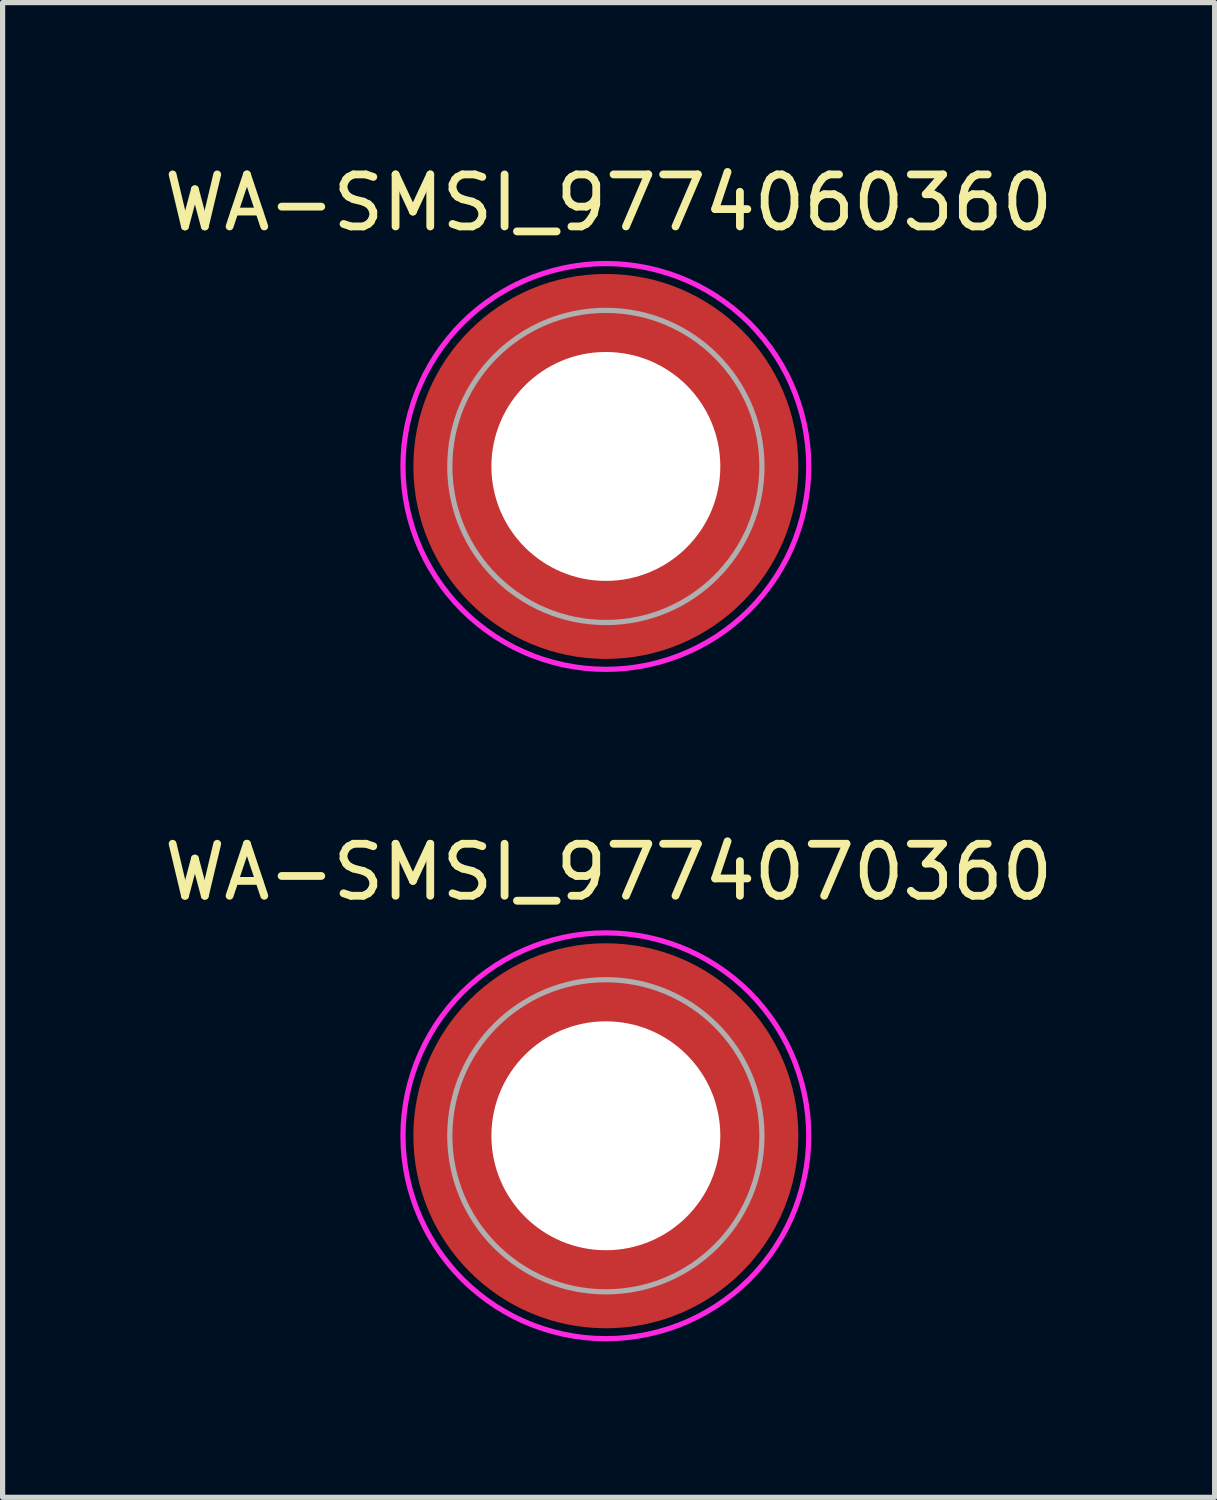
<source format=kicad_pcb>
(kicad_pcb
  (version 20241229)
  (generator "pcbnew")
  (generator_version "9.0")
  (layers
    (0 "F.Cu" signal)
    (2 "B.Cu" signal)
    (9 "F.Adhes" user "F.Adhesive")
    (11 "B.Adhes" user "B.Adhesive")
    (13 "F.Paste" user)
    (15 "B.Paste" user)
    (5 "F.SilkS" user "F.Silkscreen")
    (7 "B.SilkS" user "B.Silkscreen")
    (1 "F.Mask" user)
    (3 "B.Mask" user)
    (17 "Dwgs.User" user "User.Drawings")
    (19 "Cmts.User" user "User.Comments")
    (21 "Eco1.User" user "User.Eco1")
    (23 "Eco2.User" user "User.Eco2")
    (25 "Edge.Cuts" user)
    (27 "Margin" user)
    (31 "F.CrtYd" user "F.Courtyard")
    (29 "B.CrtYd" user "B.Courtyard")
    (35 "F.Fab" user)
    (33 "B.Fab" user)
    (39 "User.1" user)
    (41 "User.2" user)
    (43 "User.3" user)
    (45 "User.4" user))
  (footprint "WA-SMSI_9774070360"
    (layer "F.Cu")
    (at 8.596 18.782)
    (property "Reference" "WA-SMSI_9774070360" (at 0.053 -5.068 0) (layer "F.SilkS") (effects (font (size 1 1) (thickness 0.15))))
    (attr smd)
    (fp_poly (pts (xy -3.615 0.4) (xy -2.205 0.4) (xy -2.19 0.475) (xy -2.165 0.58) (xy -2.13 0.7) (xy -2.1 0.78) (xy -2.07 0.86) (xy -2.025 0.96) (xy -1.975 1.06) (xy -1.92 1.155) (xy -1.86 1.25) (xy -1.815 1.315) (xy -1.75 1.4) (xy -1.695 1.465) (xy -1.605 1.565) (xy -1.52 1.645) (xy -1.465 1.695) (xy -1.405 1.745) (xy -1.32 1.81) (xy -1.235 1.87) (xy -1.13 1.935) (xy -1.05 1.98) (xy -0.95 2.03) (xy -0.81 2.09) (xy -0.695 2.13) (xy -0.58 2.165) (xy -0.475 2.19) (xy -0.4 2.205) (xy -0.4 3.615) (xy -0.43 3.61) (xy -0.505 3.6) (xy -0.605 3.585) (xy -0.715 3.565) (xy -0.83 3.54) (xy -0.93 3.515) (xy -1.04 3.485) (xy -1.135 3.455) (xy -1.205 3.43) (xy -1.3 3.395) (xy -1.365 3.37) (xy -1.46 3.33) (xy -1.55 3.29) (xy -1.65 3.24) (xy -1.77 3.175) (xy -1.885 3.11) (xy -1.985 3.045) (xy -2.075 2.985) (xy -2.165 2.92) (xy -2.23 2.87) (xy -2.295 2.82) (xy -2.365 2.76) (xy -2.44 2.695) (xy -2.515 2.625) (xy -2.6 2.54) (xy -2.645 2.495) (xy -2.69 2.445) (xy -2.76 2.365) (xy -2.82 2.295) (xy -2.875 2.225) (xy -2.935 2.145) (xy -2.995 2.06) (xy -3.085 1.925) (xy -3.18 1.765) (xy -3.27 1.59) (xy -3.34 1.44) (xy -3.4 1.29) (xy -3.455 1.135) (xy -3.505 0.97) (xy -3.55 0.795) (xy -3.575 0.665) (xy -3.6 0.52)) (stroke (width 0.01) (type solid)) (fill yes) (layer "F.Paste"))
    (fp_poly (pts (xy -0.4 -3.615) (xy -0.4 -2.205) (xy -0.475 -2.19) (xy -0.58 -2.165) (xy -0.7 -2.13) (xy -0.78 -2.1) (xy -0.86 -2.07) (xy -0.96 -2.025) (xy -1.06 -1.975) (xy -1.155 -1.92) (xy -1.25 -1.86) (xy -1.315 -1.815) (xy -1.4 -1.75) (xy -1.465 -1.695) (xy -1.565 -1.605) (xy -1.645 -1.52) (xy -1.695 -1.465) (xy -1.745 -1.405) (xy -1.81 -1.32) (xy -1.87 -1.235) (xy -1.935 -1.13) (xy -1.98 -1.05) (xy -2.03 -0.95) (xy -2.09 -0.81) (xy -2.13 -0.695) (xy -2.165 -0.58) (xy -2.19 -0.475) (xy -2.205 -0.4) (xy -3.615 -0.4) (xy -3.61 -0.43) (xy -3.6 -0.505) (xy -3.585 -0.605) (xy -3.565 -0.715) (xy -3.54 -0.83) (xy -3.515 -0.93) (xy -3.485 -1.04) (xy -3.455 -1.135) (xy -3.43 -1.205) (xy -3.395 -1.3) (xy -3.37 -1.365) (xy -3.33 -1.46) (xy -3.29 -1.55) (xy -3.24 -1.65) (xy -3.175 -1.77) (xy -3.11 -1.885) (xy -3.045 -1.985) (xy -2.985 -2.075) (xy -2.92 -2.165) (xy -2.87 -2.23) (xy -2.82 -2.295) (xy -2.76 -2.365) (xy -2.695 -2.44) (xy -2.625 -2.515) (xy -2.54 -2.6) (xy -2.495 -2.645) (xy -2.445 -2.69) (xy -2.365 -2.76) (xy -2.295 -2.82) (xy -2.225 -2.875) (xy -2.145 -2.935) (xy -2.06 -2.995) (xy -1.925 -3.085) (xy -1.765 -3.18) (xy -1.59 -3.27) (xy -1.44 -3.34) (xy -1.29 -3.4) (xy -1.135 -3.455) (xy -0.97 -3.505) (xy -0.795 -3.55) (xy -0.665 -3.575) (xy -0.52 -3.6)) (stroke (width 0.01) (type solid)) (fill yes) (layer "F.Paste"))
    (fp_poly (pts (xy 0.4 3.615) (xy 0.4 2.205) (xy 0.475 2.19) (xy 0.58 2.165) (xy 0.7 2.13) (xy 0.78 2.1) (xy 0.86 2.07) (xy 0.96 2.025) (xy 1.06 1.975) (xy 1.155 1.92) (xy 1.25 1.86) (xy 1.315 1.815) (xy 1.4 1.75) (xy 1.465 1.695) (xy 1.565 1.605) (xy 1.645 1.52) (xy 1.695 1.465) (xy 1.745 1.405) (xy 1.81 1.32) (xy 1.87 1.235) (xy 1.935 1.13) (xy 1.98 1.05) (xy 2.03 0.95) (xy 2.09 0.81) (xy 2.13 0.695) (xy 2.165 0.58) (xy 2.19 0.475) (xy 2.205 0.4) (xy 3.615 0.4) (xy 3.61 0.43) (xy 3.6 0.505) (xy 3.585 0.605) (xy 3.565 0.715) (xy 3.54 0.83) (xy 3.515 0.93) (xy 3.485 1.04) (xy 3.455 1.135) (xy 3.43 1.205) (xy 3.395 1.3) (xy 3.37 1.365) (xy 3.33 1.46) (xy 3.29 1.55) (xy 3.24 1.65) (xy 3.175 1.77) (xy 3.11 1.885) (xy 3.045 1.985) (xy 2.985 2.075) (xy 2.92 2.165) (xy 2.87 2.23) (xy 2.82 2.295) (xy 2.76 2.365) (xy 2.695 2.44) (xy 2.625 2.515) (xy 2.54 2.6) (xy 2.495 2.645) (xy 2.445 2.69) (xy 2.365 2.76) (xy 2.295 2.82) (xy 2.225 2.875) (xy 2.145 2.935) (xy 2.06 2.995) (xy 1.925 3.085) (xy 1.765 3.18) (xy 1.59 3.27) (xy 1.44 3.34) (xy 1.29 3.4) (xy 1.135 3.455) (xy 0.97 3.505) (xy 0.795 3.55) (xy 0.665 3.575) (xy 0.52 3.6)) (stroke (width 0.01) (type solid)) (fill yes) (layer "F.Paste"))
    (fp_poly (pts (xy 3.615 -0.4) (xy 2.205 -0.4) (xy 2.19 -0.475) (xy 2.165 -0.58) (xy 2.13 -0.7) (xy 2.1 -0.78) (xy 2.07 -0.86) (xy 2.025 -0.96) (xy 1.975 -1.06) (xy 1.92 -1.155) (xy 1.86 -1.25) (xy 1.815 -1.315) (xy 1.75 -1.4) (xy 1.695 -1.465) (xy 1.605 -1.565) (xy 1.52 -1.645) (xy 1.465 -1.695) (xy 1.405 -1.745) (xy 1.32 -1.81) (xy 1.235 -1.87) (xy 1.13 -1.935) (xy 1.05 -1.98) (xy 0.95 -2.03) (xy 0.81 -2.09) (xy 0.695 -2.13) (xy 0.58 -2.165) (xy 0.475 -2.19) (xy 0.4 -2.205) (xy 0.4 -3.615) (xy 0.43 -3.61) (xy 0.505 -3.6) (xy 0.605 -3.585) (xy 0.715 -3.565) (xy 0.83 -3.54) (xy 0.93 -3.515) (xy 1.04 -3.485) (xy 1.135 -3.455) (xy 1.205 -3.43) (xy 1.3 -3.395) (xy 1.365 -3.37) (xy 1.46 -3.33) (xy 1.55 -3.29) (xy 1.65 -3.24) (xy 1.77 -3.175) (xy 1.885 -3.11) (xy 1.985 -3.045) (xy 2.075 -2.985) (xy 2.165 -2.92) (xy 2.23 -2.87) (xy 2.295 -2.82) (xy 2.365 -2.76) (xy 2.44 -2.695) (xy 2.515 -2.625) (xy 2.6 -2.54) (xy 2.645 -2.495) (xy 2.69 -2.445) (xy 2.76 -2.365) (xy 2.82 -2.295) (xy 2.875 -2.225) (xy 2.935 -2.145) (xy 2.995 -2.06) (xy 3.085 -1.925) (xy 3.18 -1.765) (xy 3.27 -1.59) (xy 3.34 -1.44) (xy 3.4 -1.29) (xy 3.455 -1.135) (xy 3.505 -0.97) (xy 3.55 -0.795) (xy 3.575 -0.665) (xy 3.6 -0.52)) (stroke (width 0.01) (type solid)) (fill yes) (layer "F.Paste"))
    (fp_poly (pts (xy 0 -3.9) (xy 0.204 -3.895) (xy 0.408 -3.879) (xy 0.61 -3.852) (xy 0.811 -3.815) (xy 1.009 -3.767) (xy 1.205 -3.709) (xy 1.398 -3.641) (xy 1.586 -3.563) (xy 1.771 -3.475) (xy 1.95 -3.377) (xy 2.124 -3.271) (xy 2.292 -3.155) (xy 2.454 -3.031) (xy 2.61 -2.898) (xy 2.758 -2.758) (xy 2.898 -2.61) (xy 3.031 -2.454) (xy 3.155 -2.292) (xy 3.271 -2.124) (xy 3.377 -1.95) (xy 3.475 -1.771) (xy 3.563 -1.586) (xy 3.641 -1.398) (xy 3.709 -1.205) (xy 3.767 -1.009) (xy 3.815 -0.811) (xy 3.852 -0.61) (xy 3.879 -0.408) (xy 3.895 -0.204) (xy 3.9 0) (xy 3.895 0.204) (xy 3.879 0.408) (xy 3.852 0.61) (xy 3.815 0.811) (xy 3.767 1.009) (xy 3.709 1.205) (xy 3.641 1.398) (xy 3.563 1.586) (xy 3.475 1.771) (xy 3.377 1.95) (xy 3.271 2.124) (xy 3.155 2.292) (xy 3.031 2.454) (xy 2.898 2.61) (xy 2.758 2.758) (xy 2.61 2.898) (xy 2.454 3.031) (xy 2.292 3.155) (xy 2.124 3.271) (xy 1.95 3.377) (xy 1.771 3.475) (xy 1.586 3.563) (xy 1.398 3.641) (xy 1.205 3.709) (xy 1.009 3.767) (xy 0.811 3.815) (xy 0.61 3.852) (xy 0.408 3.879) (xy 0.204 3.895) (xy 0 3.9) (xy -0.204 3.895) (xy -0.408 3.879) (xy -0.61 3.852) (xy -0.811 3.815) (xy -1.009 3.767) (xy -1.205 3.709) (xy -1.398 3.641) (xy -1.586 3.563) (xy -1.771 3.475) (xy -1.95 3.377) (xy -2.124 3.271) (xy -2.292 3.155) (xy -2.454 3.031) (xy -2.61 2.898) (xy -2.758 2.758) (xy -2.898 2.61) (xy -3.031 2.454) (xy -3.155 2.292) (xy -3.271 2.124) (xy -3.377 1.95) (xy -3.475 1.771) (xy -3.563 1.586) (xy -3.641 1.398) (xy -3.709 1.205) (xy -3.767 1.009) (xy -3.815 0.811) (xy -3.852 0.61) (xy -3.879 0.408) (xy -3.895 0.204) (xy -3.9 0) (xy -3.895 -0.204) (xy -3.879 -0.408) (xy -3.852 -0.61) (xy -3.815 -0.811) (xy -3.767 -1.009) (xy -3.709 -1.205) (xy -3.641 -1.398) (xy -3.563 -1.586) (xy -3.475 -1.771) (xy -3.377 -1.95) (xy -3.271 -2.124) (xy -3.155 -2.292) (xy -3.031 -2.454) (xy -2.898 -2.61) (xy -2.758 -2.758) (xy -2.61 -2.898) (xy -2.454 -3.031) (xy -2.292 -3.155) (xy -2.124 -3.271) (xy -1.95 -3.377) (xy -1.771 -3.475) (xy -1.586 -3.563) (xy -1.398 -3.641) (xy -1.205 -3.709) (xy -1.009 -3.767) (xy -0.811 -3.815) (xy -0.61 -3.852) (xy -0.408 -3.879) (xy -0.204 -3.895) (xy 0 -3.9)) (stroke (width 0.1) (type solid)) (fill no) (layer "F.CrtYd"))
    (fp_circle (center 0 0) (end 3 0) (stroke (width 0.1) (type solid)) (fill no) (layer "F.Fab"))
    (pad "" np_thru_hole circle (at 0 0) (size 4.4 4.4) (drill 4.4) (layers "*.Cu" "*.Mask"))
    (pad "1" smd circle (at 0 0) (size 7.4 7.4) (layers "F.Cu" "F.Mask")))
  (footprint "WA-SMSI_9774060360"
    (layer "F.Cu")
    (at 8.596 5.916)
    (property "Reference" "WA-SMSI_9774060360" (at 0.053 -5.068 0) (layer "F.SilkS") (effects (font (size 1 1) (thickness 0.15))))
    (attr smd)
    (fp_poly (pts (xy -3.615 0.4) (xy -2.205 0.4) (xy -2.19 0.475) (xy -2.165 0.58) (xy -2.13 0.7) (xy -2.1 0.78) (xy -2.07 0.86) (xy -2.025 0.96) (xy -1.975 1.06) (xy -1.92 1.155) (xy -1.86 1.25) (xy -1.815 1.315) (xy -1.75 1.4) (xy -1.695 1.465) (xy -1.605 1.565) (xy -1.52 1.645) (xy -1.465 1.695) (xy -1.405 1.745) (xy -1.32 1.81) (xy -1.235 1.87) (xy -1.13 1.935) (xy -1.05 1.98) (xy -0.95 2.03) (xy -0.81 2.09) (xy -0.695 2.13) (xy -0.58 2.165) (xy -0.475 2.19) (xy -0.4 2.205) (xy -0.4 3.615) (xy -0.43 3.61) (xy -0.505 3.6) (xy -0.605 3.585) (xy -0.715 3.565) (xy -0.83 3.54) (xy -0.93 3.515) (xy -1.04 3.485) (xy -1.135 3.455) (xy -1.205 3.43) (xy -1.3 3.395) (xy -1.365 3.37) (xy -1.46 3.33) (xy -1.55 3.29) (xy -1.65 3.24) (xy -1.77 3.175) (xy -1.885 3.11) (xy -1.985 3.045) (xy -2.075 2.985) (xy -2.165 2.92) (xy -2.23 2.87) (xy -2.295 2.82) (xy -2.365 2.76) (xy -2.44 2.695) (xy -2.515 2.625) (xy -2.6 2.54) (xy -2.645 2.495) (xy -2.69 2.445) (xy -2.76 2.365) (xy -2.82 2.295) (xy -2.875 2.225) (xy -2.935 2.145) (xy -2.995 2.06) (xy -3.085 1.925) (xy -3.18 1.765) (xy -3.27 1.59) (xy -3.34 1.44) (xy -3.4 1.29) (xy -3.455 1.135) (xy -3.505 0.97) (xy -3.55 0.795) (xy -3.575 0.665) (xy -3.6 0.52)) (stroke (width 0.01) (type solid)) (fill yes) (layer "F.Paste"))
    (fp_poly (pts (xy -0.4 -3.615) (xy -0.4 -2.205) (xy -0.475 -2.19) (xy -0.58 -2.165) (xy -0.7 -2.13) (xy -0.78 -2.1) (xy -0.86 -2.07) (xy -0.96 -2.025) (xy -1.06 -1.975) (xy -1.155 -1.92) (xy -1.25 -1.86) (xy -1.315 -1.815) (xy -1.4 -1.75) (xy -1.465 -1.695) (xy -1.565 -1.605) (xy -1.645 -1.52) (xy -1.695 -1.465) (xy -1.745 -1.405) (xy -1.81 -1.32) (xy -1.87 -1.235) (xy -1.935 -1.13) (xy -1.98 -1.05) (xy -2.03 -0.95) (xy -2.09 -0.81) (xy -2.13 -0.695) (xy -2.165 -0.58) (xy -2.19 -0.475) (xy -2.205 -0.4) (xy -3.615 -0.4) (xy -3.61 -0.43) (xy -3.6 -0.505) (xy -3.585 -0.605) (xy -3.565 -0.715) (xy -3.54 -0.83) (xy -3.515 -0.93) (xy -3.485 -1.04) (xy -3.455 -1.135) (xy -3.43 -1.205) (xy -3.395 -1.3) (xy -3.37 -1.365) (xy -3.33 -1.46) (xy -3.29 -1.55) (xy -3.24 -1.65) (xy -3.175 -1.77) (xy -3.11 -1.885) (xy -3.045 -1.985) (xy -2.985 -2.075) (xy -2.92 -2.165) (xy -2.87 -2.23) (xy -2.82 -2.295) (xy -2.76 -2.365) (xy -2.695 -2.44) (xy -2.625 -2.515) (xy -2.54 -2.6) (xy -2.495 -2.645) (xy -2.445 -2.69) (xy -2.365 -2.76) (xy -2.295 -2.82) (xy -2.225 -2.875) (xy -2.145 -2.935) (xy -2.06 -2.995) (xy -1.925 -3.085) (xy -1.765 -3.18) (xy -1.59 -3.27) (xy -1.44 -3.34) (xy -1.29 -3.4) (xy -1.135 -3.455) (xy -0.97 -3.505) (xy -0.795 -3.55) (xy -0.665 -3.575) (xy -0.52 -3.6)) (stroke (width 0.01) (type solid)) (fill yes) (layer "F.Paste"))
    (fp_poly (pts (xy 0.4 3.615) (xy 0.4 2.205) (xy 0.475 2.19) (xy 0.58 2.165) (xy 0.7 2.13) (xy 0.78 2.1) (xy 0.86 2.07) (xy 0.96 2.025) (xy 1.06 1.975) (xy 1.155 1.92) (xy 1.25 1.86) (xy 1.315 1.815) (xy 1.4 1.75) (xy 1.465 1.695) (xy 1.565 1.605) (xy 1.645 1.52) (xy 1.695 1.465) (xy 1.745 1.405) (xy 1.81 1.32) (xy 1.87 1.235) (xy 1.935 1.13) (xy 1.98 1.05) (xy 2.03 0.95) (xy 2.09 0.81) (xy 2.13 0.695) (xy 2.165 0.58) (xy 2.19 0.475) (xy 2.205 0.4) (xy 3.615 0.4) (xy 3.61 0.43) (xy 3.6 0.505) (xy 3.585 0.605) (xy 3.565 0.715) (xy 3.54 0.83) (xy 3.515 0.93) (xy 3.485 1.04) (xy 3.455 1.135) (xy 3.43 1.205) (xy 3.395 1.3) (xy 3.37 1.365) (xy 3.33 1.46) (xy 3.29 1.55) (xy 3.24 1.65) (xy 3.175 1.77) (xy 3.11 1.885) (xy 3.045 1.985) (xy 2.985 2.075) (xy 2.92 2.165) (xy 2.87 2.23) (xy 2.82 2.295) (xy 2.76 2.365) (xy 2.695 2.44) (xy 2.625 2.515) (xy 2.54 2.6) (xy 2.495 2.645) (xy 2.445 2.69) (xy 2.365 2.76) (xy 2.295 2.82) (xy 2.225 2.875) (xy 2.145 2.935) (xy 2.06 2.995) (xy 1.925 3.085) (xy 1.765 3.18) (xy 1.59 3.27) (xy 1.44 3.34) (xy 1.29 3.4) (xy 1.135 3.455) (xy 0.97 3.505) (xy 0.795 3.55) (xy 0.665 3.575) (xy 0.52 3.6)) (stroke (width 0.01) (type solid)) (fill yes) (layer "F.Paste"))
    (fp_poly (pts (xy 3.615 -0.4) (xy 2.205 -0.4) (xy 2.19 -0.475) (xy 2.165 -0.58) (xy 2.13 -0.7) (xy 2.1 -0.78) (xy 2.07 -0.86) (xy 2.025 -0.96) (xy 1.975 -1.06) (xy 1.92 -1.155) (xy 1.86 -1.25) (xy 1.815 -1.315) (xy 1.75 -1.4) (xy 1.695 -1.465) (xy 1.605 -1.565) (xy 1.52 -1.645) (xy 1.465 -1.695) (xy 1.405 -1.745) (xy 1.32 -1.81) (xy 1.235 -1.87) (xy 1.13 -1.935) (xy 1.05 -1.98) (xy 0.95 -2.03) (xy 0.81 -2.09) (xy 0.695 -2.13) (xy 0.58 -2.165) (xy 0.475 -2.19) (xy 0.4 -2.205) (xy 0.4 -3.615) (xy 0.43 -3.61) (xy 0.505 -3.6) (xy 0.605 -3.585) (xy 0.715 -3.565) (xy 0.83 -3.54) (xy 0.93 -3.515) (xy 1.04 -3.485) (xy 1.135 -3.455) (xy 1.205 -3.43) (xy 1.3 -3.395) (xy 1.365 -3.37) (xy 1.46 -3.33) (xy 1.55 -3.29) (xy 1.65 -3.24) (xy 1.77 -3.175) (xy 1.885 -3.11) (xy 1.985 -3.045) (xy 2.075 -2.985) (xy 2.165 -2.92) (xy 2.23 -2.87) (xy 2.295 -2.82) (xy 2.365 -2.76) (xy 2.44 -2.695) (xy 2.515 -2.625) (xy 2.6 -2.54) (xy 2.645 -2.495) (xy 2.69 -2.445) (xy 2.76 -2.365) (xy 2.82 -2.295) (xy 2.875 -2.225) (xy 2.935 -2.145) (xy 2.995 -2.06) (xy 3.085 -1.925) (xy 3.18 -1.765) (xy 3.27 -1.59) (xy 3.34 -1.44) (xy 3.4 -1.29) (xy 3.455 -1.135) (xy 3.505 -0.97) (xy 3.55 -0.795) (xy 3.575 -0.665) (xy 3.6 -0.52)) (stroke (width 0.01) (type solid)) (fill yes) (layer "F.Paste"))
    (fp_poly (pts (xy 0 -3.9) (xy 0.204 -3.895) (xy 0.408 -3.879) (xy 0.61 -3.852) (xy 0.811 -3.815) (xy 1.009 -3.767) (xy 1.205 -3.709) (xy 1.398 -3.641) (xy 1.586 -3.563) (xy 1.771 -3.475) (xy 1.95 -3.377) (xy 2.124 -3.271) (xy 2.292 -3.155) (xy 2.454 -3.031) (xy 2.61 -2.898) (xy 2.758 -2.758) (xy 2.898 -2.61) (xy 3.031 -2.454) (xy 3.155 -2.292) (xy 3.271 -2.124) (xy 3.377 -1.95) (xy 3.475 -1.771) (xy 3.563 -1.586) (xy 3.641 -1.398) (xy 3.709 -1.205) (xy 3.767 -1.009) (xy 3.815 -0.811) (xy 3.852 -0.61) (xy 3.879 -0.408) (xy 3.895 -0.204) (xy 3.9 0) (xy 3.895 0.204) (xy 3.879 0.408) (xy 3.852 0.61) (xy 3.815 0.811) (xy 3.767 1.009) (xy 3.709 1.205) (xy 3.641 1.398) (xy 3.563 1.586) (xy 3.475 1.771) (xy 3.377 1.95) (xy 3.271 2.124) (xy 3.155 2.292) (xy 3.031 2.454) (xy 2.898 2.61) (xy 2.758 2.758) (xy 2.61 2.898) (xy 2.454 3.031) (xy 2.292 3.155) (xy 2.124 3.271) (xy 1.95 3.377) (xy 1.771 3.475) (xy 1.586 3.563) (xy 1.398 3.641) (xy 1.205 3.709) (xy 1.009 3.767) (xy 0.811 3.815) (xy 0.61 3.852) (xy 0.408 3.879) (xy 0.204 3.895) (xy 0 3.9) (xy -0.204 3.895) (xy -0.408 3.879) (xy -0.61 3.852) (xy -0.811 3.815) (xy -1.009 3.767) (xy -1.205 3.709) (xy -1.398 3.641) (xy -1.586 3.563) (xy -1.771 3.475) (xy -1.95 3.377) (xy -2.124 3.271) (xy -2.292 3.155) (xy -2.454 3.031) (xy -2.61 2.898) (xy -2.758 2.758) (xy -2.898 2.61) (xy -3.031 2.454) (xy -3.155 2.292) (xy -3.271 2.124) (xy -3.377 1.95) (xy -3.475 1.771) (xy -3.563 1.586) (xy -3.641 1.398) (xy -3.709 1.205) (xy -3.767 1.009) (xy -3.815 0.811) (xy -3.852 0.61) (xy -3.879 0.408) (xy -3.895 0.204) (xy -3.9 0) (xy -3.895 -0.204) (xy -3.879 -0.408) (xy -3.852 -0.61) (xy -3.815 -0.811) (xy -3.767 -1.009) (xy -3.709 -1.205) (xy -3.641 -1.398) (xy -3.563 -1.586) (xy -3.475 -1.771) (xy -3.377 -1.95) (xy -3.271 -2.124) (xy -3.155 -2.292) (xy -3.031 -2.454) (xy -2.898 -2.61) (xy -2.758 -2.758) (xy -2.61 -2.898) (xy -2.454 -3.031) (xy -2.292 -3.155) (xy -2.124 -3.271) (xy -1.95 -3.377) (xy -1.771 -3.475) (xy -1.586 -3.563) (xy -1.398 -3.641) (xy -1.205 -3.709) (xy -1.009 -3.767) (xy -0.811 -3.815) (xy -0.61 -3.852) (xy -0.408 -3.879) (xy -0.204 -3.895) (xy 0 -3.9)) (stroke (width 0.1) (type solid)) (fill no) (layer "F.CrtYd"))
    (fp_circle (center 0 0) (end 3 0) (stroke (width 0.1) (type solid)) (fill no) (layer "F.Fab"))
    (pad "" np_thru_hole circle (at 0 0) (size 4.4 4.4) (drill 4.4) (layers "*.Cu" "*.Mask"))
    (pad "1" smd circle (at 0 0) (size 7.4 7.4) (layers "F.Cu" "F.Mask")))
  (gr_rect
    (start -3 -3)
    (end 20.298 25.732)
    (stroke (width 0.1) (type default))
    (fill no)
    (layer "Edge.Cuts")))
</source>
